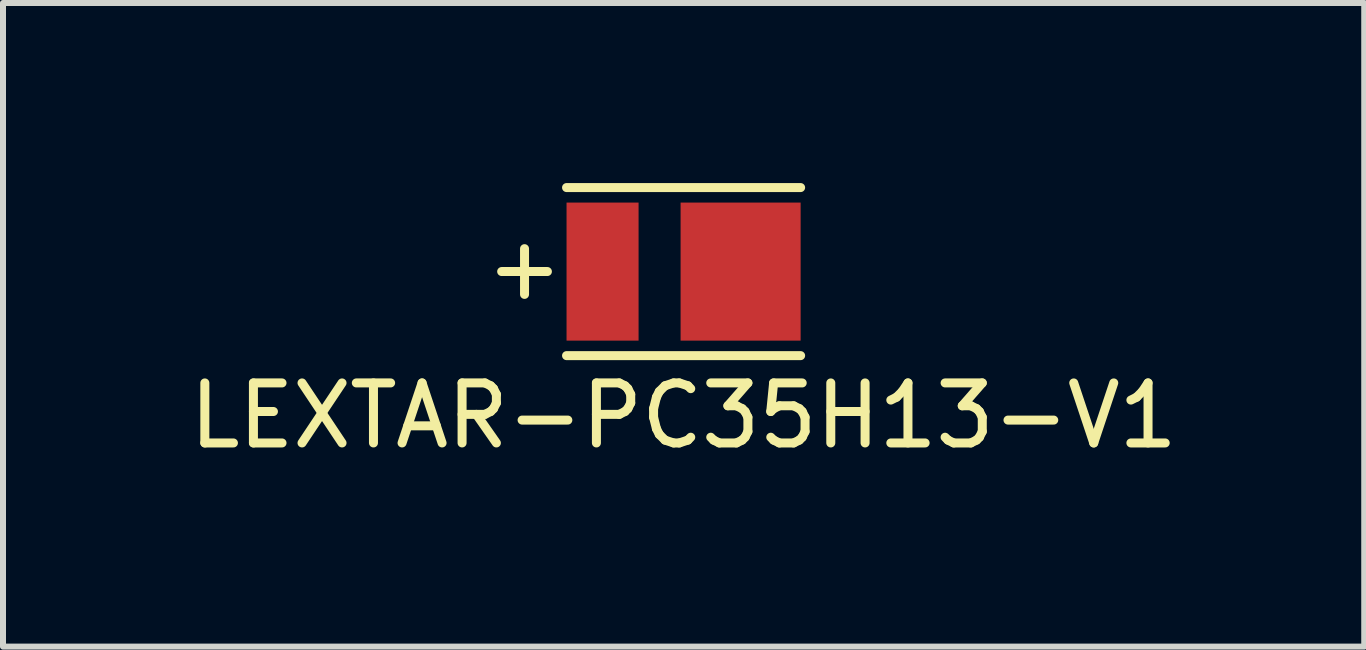
<source format=kicad_pcb>
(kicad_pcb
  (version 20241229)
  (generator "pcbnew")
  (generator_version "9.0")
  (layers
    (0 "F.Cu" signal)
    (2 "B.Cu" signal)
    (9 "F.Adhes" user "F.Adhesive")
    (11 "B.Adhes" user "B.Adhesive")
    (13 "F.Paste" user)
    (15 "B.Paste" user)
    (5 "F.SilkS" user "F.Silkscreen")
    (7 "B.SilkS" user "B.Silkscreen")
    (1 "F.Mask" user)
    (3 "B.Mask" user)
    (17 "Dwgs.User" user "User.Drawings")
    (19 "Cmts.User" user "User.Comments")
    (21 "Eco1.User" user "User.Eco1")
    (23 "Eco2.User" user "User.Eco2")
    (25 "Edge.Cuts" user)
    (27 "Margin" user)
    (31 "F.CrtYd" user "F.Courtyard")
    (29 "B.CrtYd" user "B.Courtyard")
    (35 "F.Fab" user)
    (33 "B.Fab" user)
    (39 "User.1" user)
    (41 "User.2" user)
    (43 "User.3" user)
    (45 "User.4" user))
  (footprint "LEXTAR-PC35H13-V1"
    (layer "F.Cu")
    (at 8.339 1.475)
    (property "Reference" "LEXTAR-PC35H13-V1" (at 0 2.4 0) (layer "F.SilkS") (effects (font (size 1 1) (thickness 0.15))))
    (attr through_hole)
    (fp_line (start -1.95 -1.4) (end 1.95 -1.4) (stroke (width 0.15) (type solid)) (layer "F.SilkS"))
    (fp_line (start -1.95 1.4) (end 1.95 1.4) (stroke (width 0.15) (type solid)) (layer "F.SilkS"))
    (fp_text user "+" (at -2.65 -0.075 0) (layer "F.SilkS") (effects (font (size 1 1) (thickness 0.15))))
    (pad "1" smd rect (at 0.95 0) (size 2 2.3) (layers "F.Cu" "F.Mask" "F.Paste"))
    (pad "2" smd rect (at -1.35 0) (size 1.2 2.3) (layers "F.Cu" "F.Mask" "F.Paste")))
  (gr_rect
    (start -3 -3)
    (end 19.679 7.723)
    (stroke (width 0.1) (type default))
    (fill no)
    (layer "Edge.Cuts")))
</source>
